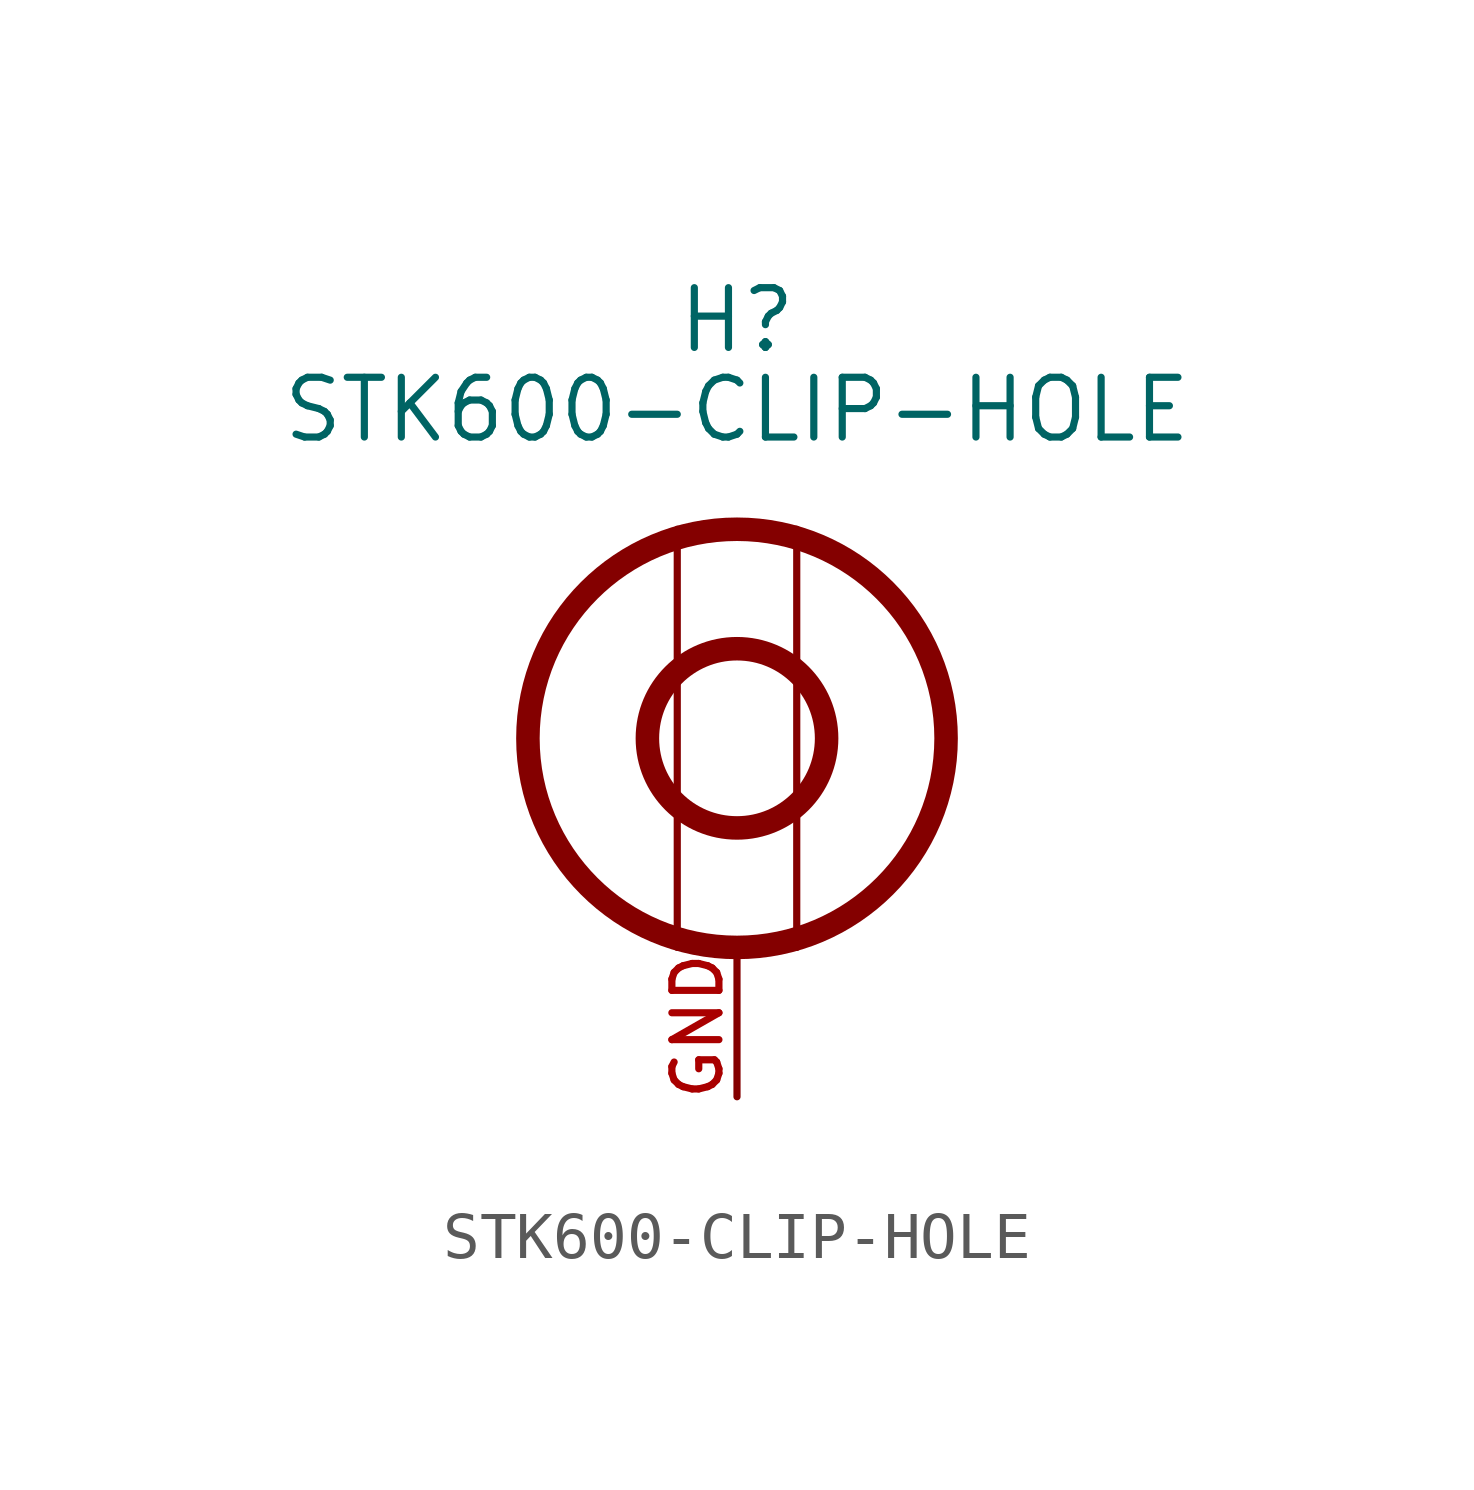
<source format=kicad_sym>
(kicad_symbol_lib
  (version 20211014)
  (generator kicad_symbol_editor)
  (symbol "STK600-CLIP-HOLE"
    (property "Reference" "H"
      (at 0 0 0)
      (effects (font (size 1.27 1.27))))
    (property "Value" "STK600-CLIP-HOLE"
      (at 0 -1.905 0)
      (effects (font (size 1.27 1.27))))
    (symbol "STK600-CLIP-HOLE_0_1"
      (rectangle (start -1.27 -4.445) (end 1.27 -13.335) (stroke (width 0) (type default) (color 0 0 0 0)) (fill (type none)))
      (circle (center 0 -8.89) (radius 1.905) (stroke (width 0.5) (type default) (color 0 0 0 0)) (fill (type none)))
      (circle (center 0 -8.89) (radius 4.445) (stroke (width 0.5) (type default) (color 0 0 0 0)) (fill (type none))))
    (symbol "STK600-CLIP-HOLE_1_1"
      (pin input line (at 0 -16.51 90) (length 3) (name "" (effects (font (size 1.27 1.27)))) (number "GND" (effects (font (size 1 1))))))))
</source>
